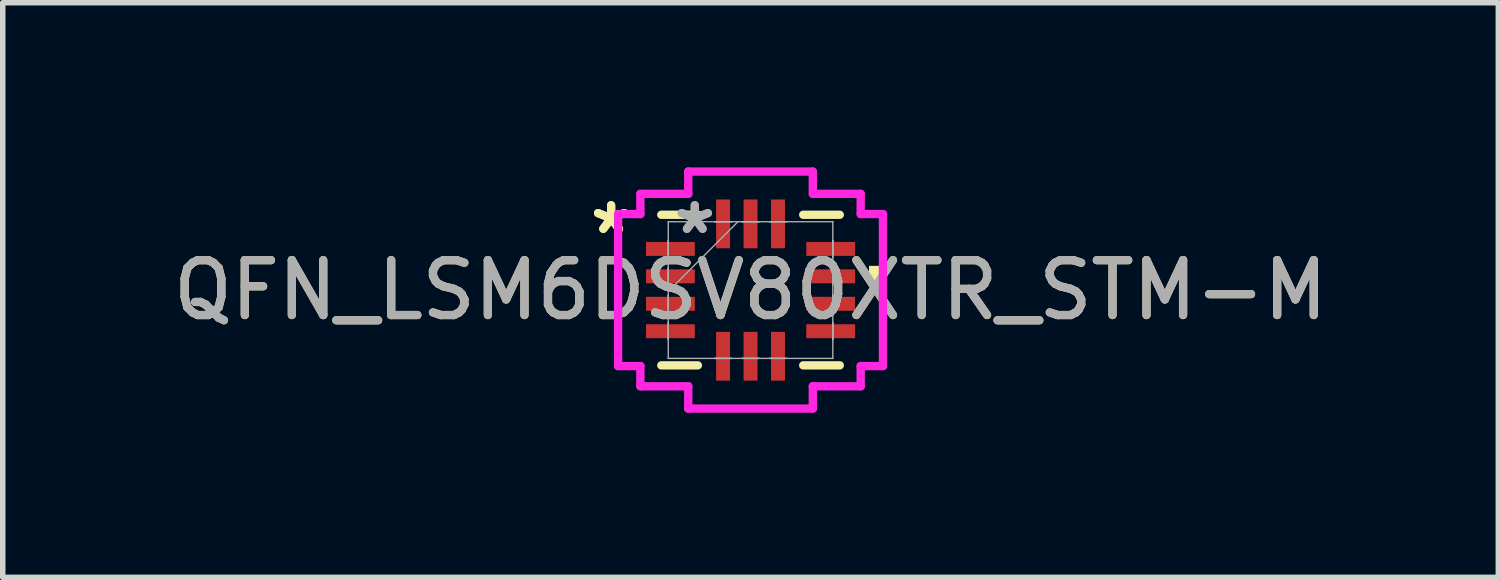
<source format=kicad_pcb>
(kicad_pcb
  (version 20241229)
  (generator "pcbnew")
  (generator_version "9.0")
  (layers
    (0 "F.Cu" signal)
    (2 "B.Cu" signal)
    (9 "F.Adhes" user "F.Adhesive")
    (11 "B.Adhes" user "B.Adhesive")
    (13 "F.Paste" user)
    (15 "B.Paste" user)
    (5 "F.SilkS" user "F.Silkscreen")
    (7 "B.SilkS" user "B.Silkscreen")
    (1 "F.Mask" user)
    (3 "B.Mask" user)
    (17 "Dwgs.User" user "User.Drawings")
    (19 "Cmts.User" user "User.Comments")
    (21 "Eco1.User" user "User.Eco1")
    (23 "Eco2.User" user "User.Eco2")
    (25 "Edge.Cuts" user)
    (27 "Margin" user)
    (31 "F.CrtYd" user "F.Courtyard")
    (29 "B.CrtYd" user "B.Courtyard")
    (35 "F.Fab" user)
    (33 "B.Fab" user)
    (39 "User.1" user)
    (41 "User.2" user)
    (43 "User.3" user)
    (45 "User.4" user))
  (footprint "QFN_LSM6DSV80XTR_STM-M"
    (layer "F.Cu")
    (at 10.625 2.235)
    (property "Reference" "QFN_LSM6DSV80XTR_STM-M" (at 0 0 0) (unlocked yes) (layer "F.SilkS") (effects (font (size 1 1) (thickness 0.15))))
    (attr smd)
    (fp_line (start -1.626 1.372) (end -0.96 1.372) (stroke (width 0.152) (type solid)) (layer "F.SilkS"))
    (fp_line (start -0.96 -1.372) (end -1.626 -1.372) (stroke (width 0.152) (type solid)) (layer "F.SilkS"))
    (fp_line (start 0.96 1.372) (end 1.626 1.372) (stroke (width 0.152) (type solid)) (layer "F.SilkS"))
    (fp_line (start 1.626 -1.372) (end 0.96 -1.372) (stroke (width 0.152) (type solid)) (layer "F.SilkS"))
    (fp_poly (pts (xy 2.413 -0.441) (xy 2.413 -0.059) (xy 2.159 -0.059) (xy 2.159 -0.441)) (stroke (width 0) (type solid)) (fill yes) (layer "F.SilkS"))
    (fp_line (start -2.413 -1.385) (end -2.007 -1.385) (stroke (width 0.152) (type solid)) (layer "F.CrtYd"))
    (fp_line (start -2.413 1.385) (end -2.413 -1.385) (stroke (width 0.152) (type solid)) (layer "F.CrtYd"))
    (fp_line (start -2.007 -1.753) (end -1.135 -1.753) (stroke (width 0.152) (type solid)) (layer "F.CrtYd"))
    (fp_line (start -2.007 -1.385) (end -2.007 -1.753) (stroke (width 0.152) (type solid)) (layer "F.CrtYd"))
    (fp_line (start -2.007 1.385) (end -2.413 1.385) (stroke (width 0.152) (type solid)) (layer "F.CrtYd"))
    (fp_line (start -2.007 1.753) (end -2.007 1.385) (stroke (width 0.152) (type solid)) (layer "F.CrtYd"))
    (fp_line (start -1.135 -2.159) (end 1.135 -2.159) (stroke (width 0.152) (type solid)) (layer "F.CrtYd"))
    (fp_line (start -1.135 -1.753) (end -1.135 -2.159) (stroke (width 0.152) (type solid)) (layer "F.CrtYd"))
    (fp_line (start -1.135 1.753) (end -2.007 1.753) (stroke (width 0.152) (type solid)) (layer "F.CrtYd"))
    (fp_line (start -1.135 2.159) (end -1.135 1.753) (stroke (width 0.152) (type solid)) (layer "F.CrtYd"))
    (fp_line (start 1.135 -2.159) (end 1.135 -1.753) (stroke (width 0.152) (type solid)) (layer "F.CrtYd"))
    (fp_line (start 1.135 -1.753) (end 2.007 -1.753) (stroke (width 0.152) (type solid)) (layer "F.CrtYd"))
    (fp_line (start 1.135 1.753) (end 1.135 2.159) (stroke (width 0.152) (type solid)) (layer "F.CrtYd"))
    (fp_line (start 1.135 2.159) (end -1.135 2.159) (stroke (width 0.152) (type solid)) (layer "F.CrtYd"))
    (fp_line (start 2.007 -1.753) (end 2.007 -1.385) (stroke (width 0.152) (type solid)) (layer "F.CrtYd"))
    (fp_line (start 2.007 -1.385) (end 2.413 -1.385) (stroke (width 0.152) (type solid)) (layer "F.CrtYd"))
    (fp_line (start 2.007 1.385) (end 2.007 1.753) (stroke (width 0.152) (type solid)) (layer "F.CrtYd"))
    (fp_line (start 2.007 1.753) (end 1.135 1.753) (stroke (width 0.152) (type solid)) (layer "F.CrtYd"))
    (fp_line (start 2.413 -1.385) (end 2.413 1.385) (stroke (width 0.152) (type solid)) (layer "F.CrtYd"))
    (fp_line (start 2.413 1.385) (end 2.007 1.385) (stroke (width 0.152) (type solid)) (layer "F.CrtYd"))
    (fp_line (start -1.499 -1.245) (end -1.499 -1.245) (stroke (width 0.025) (type solid)) (layer "F.Fab"))
    (fp_line (start -1.499 -1.245) (end -1.499 1.245) (stroke (width 0.025) (type solid)) (layer "F.Fab"))
    (fp_line (start -1.499 -0.902) (end -1.499 -0.902) (stroke (width 0.025) (type solid)) (layer "F.Fab"))
    (fp_line (start -1.499 -0.902) (end -1.499 -0.598) (stroke (width 0.025) (type solid)) (layer "F.Fab"))
    (fp_line (start -1.499 -0.598) (end -1.499 -0.902) (stroke (width 0.025) (type solid)) (layer "F.Fab"))
    (fp_line (start -1.499 -0.598) (end -1.499 -0.598) (stroke (width 0.025) (type solid)) (layer "F.Fab"))
    (fp_line (start -1.499 -0.402) (end -1.499 -0.402) (stroke (width 0.025) (type solid)) (layer "F.Fab"))
    (fp_line (start -1.499 -0.402) (end -1.499 -0.098) (stroke (width 0.025) (type solid)) (layer "F.Fab"))
    (fp_line (start -1.499 -0.098) (end -1.499 -0.402) (stroke (width 0.025) (type solid)) (layer "F.Fab"))
    (fp_line (start -1.499 -0.098) (end -1.499 -0.098) (stroke (width 0.025) (type solid)) (layer "F.Fab"))
    (fp_line (start -1.499 0.025) (end -0.229 -1.245) (stroke (width 0.025) (type solid)) (layer "F.Fab"))
    (fp_line (start -1.499 0.098) (end -1.499 0.098) (stroke (width 0.025) (type solid)) (layer "F.Fab"))
    (fp_line (start -1.499 0.098) (end -1.499 0.402) (stroke (width 0.025) (type solid)) (layer "F.Fab"))
    (fp_line (start -1.499 0.402) (end -1.499 0.098) (stroke (width 0.025) (type solid)) (layer "F.Fab"))
    (fp_line (start -1.499 0.402) (end -1.499 0.402) (stroke (width 0.025) (type solid)) (layer "F.Fab"))
    (fp_line (start -1.499 0.598) (end -1.499 0.598) (stroke (width 0.025) (type solid)) (layer "F.Fab"))
    (fp_line (start -1.499 0.598) (end -1.499 0.902) (stroke (width 0.025) (type solid)) (layer "F.Fab"))
    (fp_line (start -1.499 0.902) (end -1.499 0.598) (stroke (width 0.025) (type solid)) (layer "F.Fab"))
    (fp_line (start -1.499 0.902) (end -1.499 0.902) (stroke (width 0.025) (type solid)) (layer "F.Fab"))
    (fp_line (start -1.499 1.245) (end -1.499 1.245) (stroke (width 0.025) (type solid)) (layer "F.Fab"))
    (fp_line (start -1.499 1.245) (end 1.499 1.245) (stroke (width 0.025) (type solid)) (layer "F.Fab"))
    (fp_line (start -0.652 -1.245) (end -0.652 -1.245) (stroke (width 0.025) (type solid)) (layer "F.Fab"))
    (fp_line (start -0.652 -1.245) (end -0.348 -1.245) (stroke (width 0.025) (type solid)) (layer "F.Fab"))
    (fp_line (start -0.652 1.245) (end -0.652 1.245) (stroke (width 0.025) (type solid)) (layer "F.Fab"))
    (fp_line (start -0.652 1.245) (end -0.348 1.245) (stroke (width 0.025) (type solid)) (layer "F.Fab"))
    (fp_line (start -0.348 -1.245) (end -0.652 -1.245) (stroke (width 0.025) (type solid)) (layer "F.Fab"))
    (fp_line (start -0.348 -1.245) (end -0.348 -1.245) (stroke (width 0.025) (type solid)) (layer "F.Fab"))
    (fp_line (start -0.348 1.245) (end -0.652 1.245) (stroke (width 0.025) (type solid)) (layer "F.Fab"))
    (fp_line (start -0.348 1.245) (end -0.348 1.245) (stroke (width 0.025) (type solid)) (layer "F.Fab"))
    (fp_line (start -0.152 -1.245) (end -0.152 -1.245) (stroke (width 0.025) (type solid)) (layer "F.Fab"))
    (fp_line (start -0.152 -1.245) (end 0.152 -1.245) (stroke (width 0.025) (type solid)) (layer "F.Fab"))
    (fp_line (start -0.152 1.245) (end -0.152 1.245) (stroke (width 0.025) (type solid)) (layer "F.Fab"))
    (fp_line (start -0.152 1.245) (end 0.152 1.245) (stroke (width 0.025) (type solid)) (layer "F.Fab"))
    (fp_line (start 0.152 -1.245) (end -0.152 -1.245) (stroke (width 0.025) (type solid)) (layer "F.Fab"))
    (fp_line (start 0.152 -1.245) (end 0.152 -1.245) (stroke (width 0.025) (type solid)) (layer "F.Fab"))
    (fp_line (start 0.152 1.245) (end -0.152 1.245) (stroke (width 0.025) (type solid)) (layer "F.Fab"))
    (fp_line (start 0.152 1.245) (end 0.152 1.245) (stroke (width 0.025) (type solid)) (layer "F.Fab"))
    (fp_line (start 0.348 -1.245) (end 0.348 -1.245) (stroke (width 0.025) (type solid)) (layer "F.Fab"))
    (fp_line (start 0.348 -1.245) (end 0.652 -1.245) (stroke (width 0.025) (type solid)) (layer "F.Fab"))
    (fp_line (start 0.348 1.245) (end 0.348 1.245) (stroke (width 0.025) (type solid)) (layer "F.Fab"))
    (fp_line (start 0.348 1.245) (end 0.652 1.245) (stroke (width 0.025) (type solid)) (layer "F.Fab"))
    (fp_line (start 0.652 -1.245) (end 0.348 -1.245) (stroke (width 0.025) (type solid)) (layer "F.Fab"))
    (fp_line (start 0.652 -1.245) (end 0.652 -1.245) (stroke (width 0.025) (type solid)) (layer "F.Fab"))
    (fp_line (start 0.652 1.245) (end 0.348 1.245) (stroke (width 0.025) (type solid)) (layer "F.Fab"))
    (fp_line (start 0.652 1.245) (end 0.652 1.245) (stroke (width 0.025) (type solid)) (layer "F.Fab"))
    (fp_line (start 1.499 -1.245) (end -1.499 -1.245) (stroke (width 0.025) (type solid)) (layer "F.Fab"))
    (fp_line (start 1.499 -1.245) (end 1.499 -1.245) (stroke (width 0.025) (type solid)) (layer "F.Fab"))
    (fp_line (start 1.499 -0.902) (end 1.499 -0.902) (stroke (width 0.025) (type solid)) (layer "F.Fab"))
    (fp_line (start 1.499 -0.902) (end 1.499 -0.598) (stroke (width 0.025) (type solid)) (layer "F.Fab"))
    (fp_line (start 1.499 -0.598) (end 1.499 -0.902) (stroke (width 0.025) (type solid)) (layer "F.Fab"))
    (fp_line (start 1.499 -0.598) (end 1.499 -0.598) (stroke (width 0.025) (type solid)) (layer "F.Fab"))
    (fp_line (start 1.499 -0.402) (end 1.499 -0.402) (stroke (width 0.025) (type solid)) (layer "F.Fab"))
    (fp_line (start 1.499 -0.402) (end 1.499 -0.098) (stroke (width 0.025) (type solid)) (layer "F.Fab"))
    (fp_line (start 1.499 -0.098) (end 1.499 -0.402) (stroke (width 0.025) (type solid)) (layer "F.Fab"))
    (fp_line (start 1.499 -0.098) (end 1.499 -0.098) (stroke (width 0.025) (type solid)) (layer "F.Fab"))
    (fp_line (start 1.499 0.098) (end 1.499 0.098) (stroke (width 0.025) (type solid)) (layer "F.Fab"))
    (fp_line (start 1.499 0.098) (end 1.499 0.402) (stroke (width 0.025) (type solid)) (layer "F.Fab"))
    (fp_line (start 1.499 0.402) (end 1.499 0.098) (stroke (width 0.025) (type solid)) (layer "F.Fab"))
    (fp_line (start 1.499 0.402) (end 1.499 0.402) (stroke (width 0.025) (type solid)) (layer "F.Fab"))
    (fp_line (start 1.499 0.598) (end 1.499 0.598) (stroke (width 0.025) (type solid)) (layer "F.Fab"))
    (fp_line (start 1.499 0.598) (end 1.499 0.902) (stroke (width 0.025) (type solid)) (layer "F.Fab"))
    (fp_line (start 1.499 0.902) (end 1.499 0.598) (stroke (width 0.025) (type solid)) (layer "F.Fab"))
    (fp_line (start 1.499 0.902) (end 1.499 0.902) (stroke (width 0.025) (type solid)) (layer "F.Fab"))
    (fp_line (start 1.499 1.245) (end 1.499 -1.245) (stroke (width 0.025) (type solid)) (layer "F.Fab"))
    (fp_line (start 1.499 1.245) (end 1.499 1.245) (stroke (width 0.025) (type solid)) (layer "F.Fab"))
    (fp_text user "*" (at -2.54 -1 0) (unlocked yes) (layer "F.SilkS") (effects (font (size 1 1) (thickness 0.15))))
    (fp_text user "*" (at -2.54 -1 0) (layer "F.SilkS") (effects (font (size 1 1) (thickness 0.15))))
    (fp_text user "*" (at -1.016 -1 0) (unlocked yes) (layer "F.Fab") (effects (font (size 1 1) (thickness 0.15))))
    (fp_text user "${REFERENCE}" (at 0 0 0) (unlocked yes) (layer "F.Fab") (effects (font (size 1 1) (thickness 0.15))))
    (fp_text user "*" (at -1.016 -1 0) (layer "F.Fab") (effects (font (size 1 1) (thickness 0.15))))
    (pad "1" smd rect (at -1.46 -0.75 90) (size 0.254 0.889) (layers "F.Cu" "F.Mask" "F.Paste"))
    (pad "2" smd rect (at -1.46 -0.25 90) (size 0.254 0.889) (layers "F.Cu" "F.Mask" "F.Paste"))
    (pad "3" smd rect (at -1.46 0.25 90) (size 0.254 0.889) (layers "F.Cu" "F.Mask" "F.Paste"))
    (pad "4" smd rect (at -1.46 0.75 90) (size 0.254 0.889) (layers "F.Cu" "F.Mask" "F.Paste"))
    (pad "5" smd rect (at -0.5 1.206) (size 0.254 0.889) (layers "F.Cu" "F.Mask" "F.Paste"))
    (pad "6" smd rect (at 0 1.206) (size 0.254 0.889) (layers "F.Cu" "F.Mask" "F.Paste"))
    (pad "7" smd rect (at 0.5 1.206) (size 0.254 0.889) (layers "F.Cu" "F.Mask" "F.Paste"))
    (pad "8" smd rect (at 1.46 0.75 90) (size 0.254 0.889) (layers "F.Cu" "F.Mask" "F.Paste"))
    (pad "9" smd rect (at 1.46 0.25 90) (size 0.254 0.889) (layers "F.Cu" "F.Mask" "F.Paste"))
    (pad "10" smd rect (at 1.46 -0.25 90) (size 0.254 0.889) (layers "F.Cu" "F.Mask" "F.Paste"))
    (pad "11" smd rect (at 1.46 -0.75 90) (size 0.254 0.889) (layers "F.Cu" "F.Mask" "F.Paste"))
    (pad "12" smd rect (at 0.5 -1.206) (size 0.254 0.889) (layers "F.Cu" "F.Mask" "F.Paste"))
    (pad "13" smd rect (at 0 -1.206) (size 0.254 0.889) (layers "F.Cu" "F.Mask" "F.Paste"))
    (pad "14" smd rect (at -0.5 -1.206) (size 0.254 0.889) (layers "F.Cu" "F.Mask" "F.Paste")))
  (gr_rect
    (start -3 -3)
    (end 24.25 7.47)
    (stroke (width 0.1) (type default))
    (fill no)
    (layer "Edge.Cuts")))
</source>
